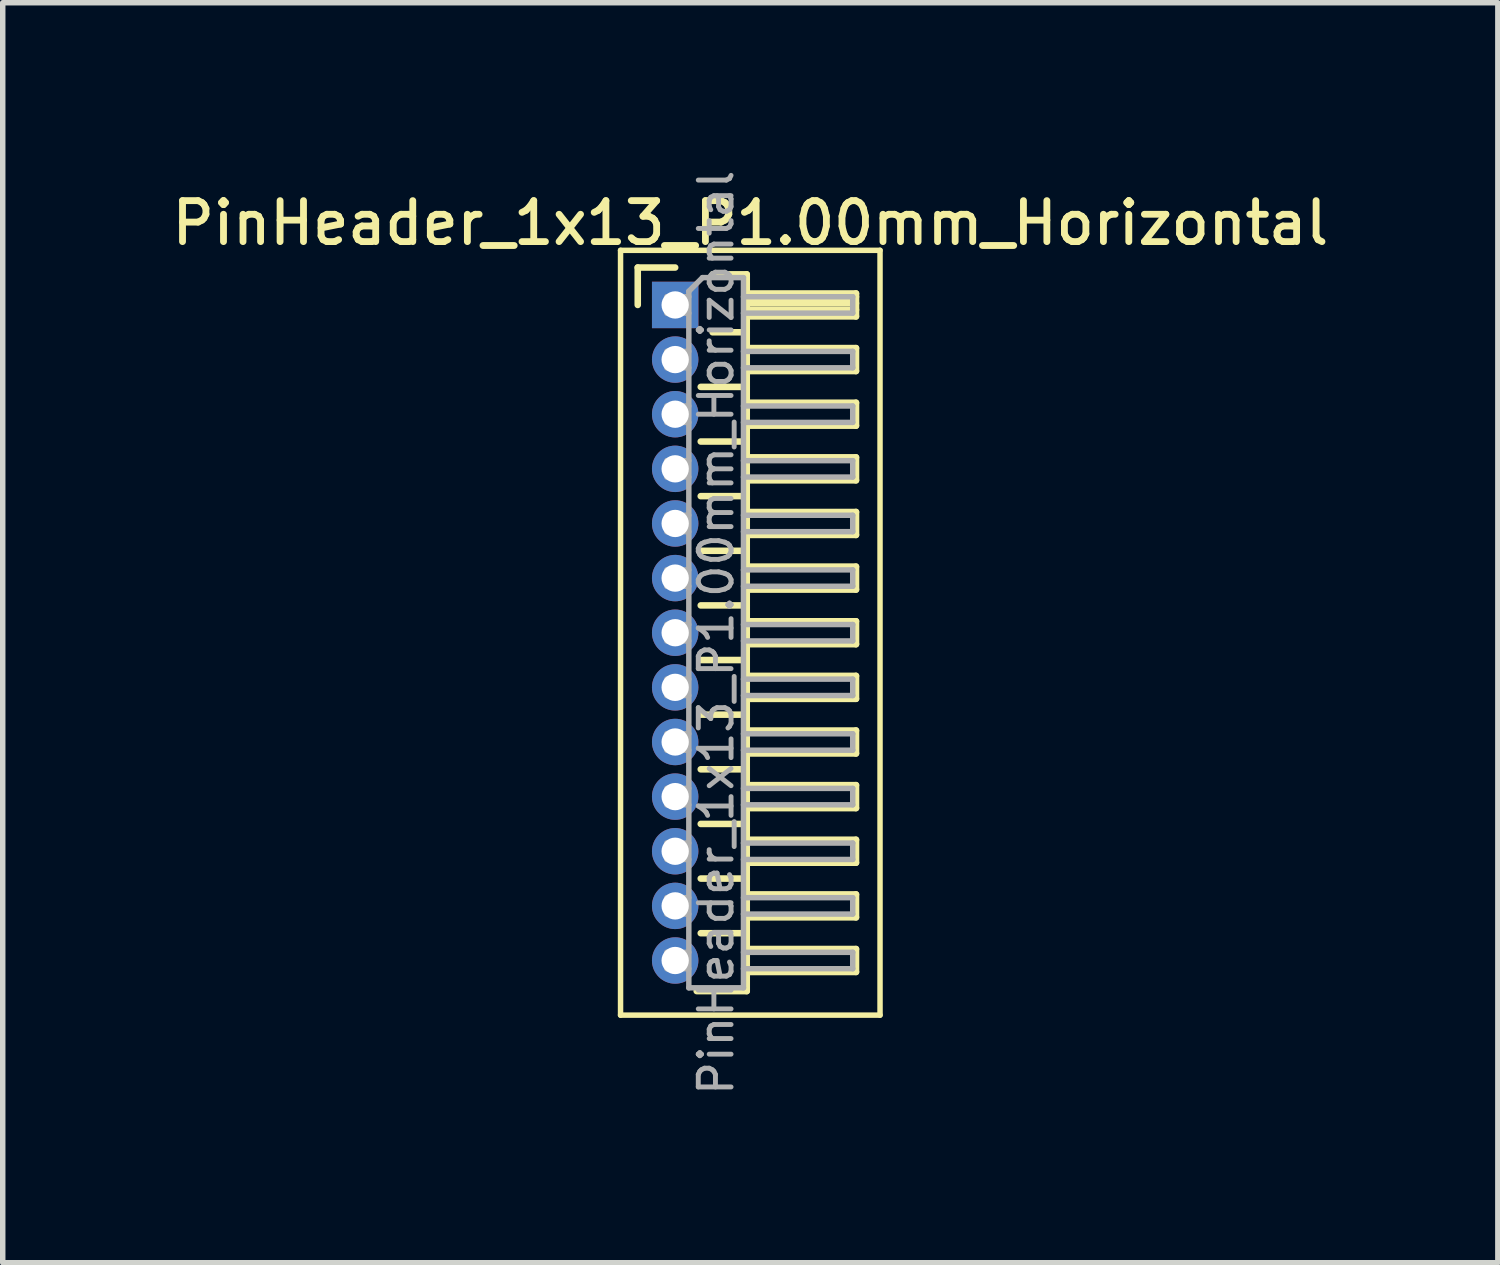
<source format=kicad_pcb>
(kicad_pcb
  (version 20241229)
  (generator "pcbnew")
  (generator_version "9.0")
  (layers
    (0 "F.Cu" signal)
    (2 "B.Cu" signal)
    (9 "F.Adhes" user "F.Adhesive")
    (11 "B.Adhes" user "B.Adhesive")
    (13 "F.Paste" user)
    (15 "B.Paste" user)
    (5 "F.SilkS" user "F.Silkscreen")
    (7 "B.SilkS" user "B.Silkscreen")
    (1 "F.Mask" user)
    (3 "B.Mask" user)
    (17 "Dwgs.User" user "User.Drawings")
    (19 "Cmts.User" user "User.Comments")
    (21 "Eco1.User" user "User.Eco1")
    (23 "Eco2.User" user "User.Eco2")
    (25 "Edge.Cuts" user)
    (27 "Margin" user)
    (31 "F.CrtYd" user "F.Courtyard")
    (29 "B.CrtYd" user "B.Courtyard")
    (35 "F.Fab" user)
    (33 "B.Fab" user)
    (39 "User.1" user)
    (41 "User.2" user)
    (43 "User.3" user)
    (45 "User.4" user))
  (footprint "PinHeader_1x13_P1.00mm_Horizontal"
    (layer "F.Cu")
    (at 9.309 2.532)
    (property "Reference" "PinHeader_1x13_P1.00mm_Horizontal" (at 1.375 -1.5 0) (layer "F.SilkS") (effects (font (size 0.75 0.75) (thickness 0.125))))
    (attr through_hole)
    (fp_line (start -1 -1) (end -1 13) (stroke (width 0.1) (type solid)) (layer "F.SilkS"))
    (fp_line (start -1 13) (end 3.75 13) (stroke (width 0.1) (type solid)) (layer "F.SilkS"))
    (fp_line (start -0.685 -0.685) (end 0 -0.685) (stroke (width 0.12) (type solid)) (layer "F.SilkS"))
    (fp_line (start -0.685 0) (end -0.685 -0.685) (stroke (width 0.12) (type solid)) (layer "F.SilkS"))
    (fp_line (start 0.468 1.5) (end 1.31 1.5) (stroke (width 0.12) (type solid)) (layer "F.SilkS"))
    (fp_line (start 0.468 2.5) (end 1.31 2.5) (stroke (width 0.12) (type solid)) (layer "F.SilkS"))
    (fp_line (start 0.468 3.5) (end 1.31 3.5) (stroke (width 0.12) (type solid)) (layer "F.SilkS"))
    (fp_line (start 0.468 4.5) (end 1.31 4.5) (stroke (width 0.12) (type solid)) (layer "F.SilkS"))
    (fp_line (start 0.468 5.5) (end 1.31 5.5) (stroke (width 0.12) (type solid)) (layer "F.SilkS"))
    (fp_line (start 0.468 6.5) (end 1.31 6.5) (stroke (width 0.12) (type solid)) (layer "F.SilkS"))
    (fp_line (start 0.468 7.5) (end 1.31 7.5) (stroke (width 0.12) (type solid)) (layer "F.SilkS"))
    (fp_line (start 0.468 8.5) (end 1.31 8.5) (stroke (width 0.12) (type solid)) (layer "F.SilkS"))
    (fp_line (start 0.468 9.5) (end 1.31 9.5) (stroke (width 0.12) (type solid)) (layer "F.SilkS"))
    (fp_line (start 0.468 10.5) (end 1.31 10.5) (stroke (width 0.12) (type solid)) (layer "F.SilkS"))
    (fp_line (start 0.468 11.5) (end 1.31 11.5) (stroke (width 0.12) (type solid)) (layer "F.SilkS"))
    (fp_line (start 0.685 -0.56) (end 1.31 -0.56) (stroke (width 0.12) (type solid)) (layer "F.SilkS"))
    (fp_line (start 0.685 0.5) (end 1.31 0.5) (stroke (width 0.12) (type solid)) (layer "F.SilkS"))
    (fp_line (start 1.31 -0.56) (end 1.31 12.56) (stroke (width 0.12) (type solid)) (layer "F.SilkS"))
    (fp_line (start 1.31 -0.21) (end 3.31 -0.21) (stroke (width 0.12) (type solid)) (layer "F.SilkS"))
    (fp_line (start 1.31 -0.15) (end 3.31 -0.15) (stroke (width 0.12) (type solid)) (layer "F.SilkS"))
    (fp_line (start 1.31 -0.03) (end 3.31 -0.03) (stroke (width 0.12) (type solid)) (layer "F.SilkS"))
    (fp_line (start 1.31 0.09) (end 3.31 0.09) (stroke (width 0.12) (type solid)) (layer "F.SilkS"))
    (fp_line (start 1.31 0.79) (end 3.31 0.79) (stroke (width 0.12) (type solid)) (layer "F.SilkS"))
    (fp_line (start 1.31 1.79) (end 3.31 1.79) (stroke (width 0.12) (type solid)) (layer "F.SilkS"))
    (fp_line (start 1.31 2.79) (end 3.31 2.79) (stroke (width 0.12) (type solid)) (layer "F.SilkS"))
    (fp_line (start 1.31 3.79) (end 3.31 3.79) (stroke (width 0.12) (type solid)) (layer "F.SilkS"))
    (fp_line (start 1.31 4.79) (end 3.31 4.79) (stroke (width 0.12) (type solid)) (layer "F.SilkS"))
    (fp_line (start 1.31 5.79) (end 3.31 5.79) (stroke (width 0.12) (type solid)) (layer "F.SilkS"))
    (fp_line (start 1.31 6.79) (end 3.31 6.79) (stroke (width 0.12) (type solid)) (layer "F.SilkS"))
    (fp_line (start 1.31 7.79) (end 3.31 7.79) (stroke (width 0.12) (type solid)) (layer "F.SilkS"))
    (fp_line (start 1.31 8.79) (end 3.31 8.79) (stroke (width 0.12) (type solid)) (layer "F.SilkS"))
    (fp_line (start 1.31 9.79) (end 3.31 9.79) (stroke (width 0.12) (type solid)) (layer "F.SilkS"))
    (fp_line (start 1.31 10.79) (end 3.31 10.79) (stroke (width 0.12) (type solid)) (layer "F.SilkS"))
    (fp_line (start 1.31 11.79) (end 3.31 11.79) (stroke (width 0.12) (type solid)) (layer "F.SilkS"))
    (fp_line (start 1.31 12.56) (end 0.394 12.56) (stroke (width 0.12) (type solid)) (layer "F.SilkS"))
    (fp_line (start 3.31 -0.21) (end 3.31 0.21) (stroke (width 0.12) (type solid)) (layer "F.SilkS"))
    (fp_line (start 3.31 0.21) (end 1.31 0.21) (stroke (width 0.12) (type solid)) (layer "F.SilkS"))
    (fp_line (start 3.31 0.79) (end 3.31 1.21) (stroke (width 0.12) (type solid)) (layer "F.SilkS"))
    (fp_line (start 3.31 1.21) (end 1.31 1.21) (stroke (width 0.12) (type solid)) (layer "F.SilkS"))
    (fp_line (start 3.31 1.79) (end 3.31 2.21) (stroke (width 0.12) (type solid)) (layer "F.SilkS"))
    (fp_line (start 3.31 2.21) (end 1.31 2.21) (stroke (width 0.12) (type solid)) (layer "F.SilkS"))
    (fp_line (start 3.31 2.79) (end 3.31 3.21) (stroke (width 0.12) (type solid)) (layer "F.SilkS"))
    (fp_line (start 3.31 3.21) (end 1.31 3.21) (stroke (width 0.12) (type solid)) (layer "F.SilkS"))
    (fp_line (start 3.31 3.79) (end 3.31 4.21) (stroke (width 0.12) (type solid)) (layer "F.SilkS"))
    (fp_line (start 3.31 4.21) (end 1.31 4.21) (stroke (width 0.12) (type solid)) (layer "F.SilkS"))
    (fp_line (start 3.31 4.79) (end 3.31 5.21) (stroke (width 0.12) (type solid)) (layer "F.SilkS"))
    (fp_line (start 3.31 5.21) (end 1.31 5.21) (stroke (width 0.12) (type solid)) (layer "F.SilkS"))
    (fp_line (start 3.31 5.79) (end 3.31 6.21) (stroke (width 0.12) (type solid)) (layer "F.SilkS"))
    (fp_line (start 3.31 6.21) (end 1.31 6.21) (stroke (width 0.12) (type solid)) (layer "F.SilkS"))
    (fp_line (start 3.31 6.79) (end 3.31 7.21) (stroke (width 0.12) (type solid)) (layer "F.SilkS"))
    (fp_line (start 3.31 7.21) (end 1.31 7.21) (stroke (width 0.12) (type solid)) (layer "F.SilkS"))
    (fp_line (start 3.31 7.79) (end 3.31 8.21) (stroke (width 0.12) (type solid)) (layer "F.SilkS"))
    (fp_line (start 3.31 8.21) (end 1.31 8.21) (stroke (width 0.12) (type solid)) (layer "F.SilkS"))
    (fp_line (start 3.31 8.79) (end 3.31 9.21) (stroke (width 0.12) (type solid)) (layer "F.SilkS"))
    (fp_line (start 3.31 9.21) (end 1.31 9.21) (stroke (width 0.12) (type solid)) (layer "F.SilkS"))
    (fp_line (start 3.31 9.79) (end 3.31 10.21) (stroke (width 0.12) (type solid)) (layer "F.SilkS"))
    (fp_line (start 3.31 10.21) (end 1.31 10.21) (stroke (width 0.12) (type solid)) (layer "F.SilkS"))
    (fp_line (start 3.31 10.79) (end 3.31 11.21) (stroke (width 0.12) (type solid)) (layer "F.SilkS"))
    (fp_line (start 3.31 11.21) (end 1.31 11.21) (stroke (width 0.12) (type solid)) (layer "F.SilkS"))
    (fp_line (start 3.31 11.79) (end 3.31 12.21) (stroke (width 0.12) (type solid)) (layer "F.SilkS"))
    (fp_line (start 3.31 12.21) (end 1.31 12.21) (stroke (width 0.12) (type solid)) (layer "F.SilkS"))
    (fp_line (start 3.75 -1) (end -1 -1) (stroke (width 0.1) (type solid)) (layer "F.SilkS"))
    (fp_line (start 3.75 13) (end 3.75 -1) (stroke (width 0.1) (type solid)) (layer "F.SilkS"))
    (fp_line (start -0.15 -0.15) (end -0.15 0.15) (stroke (width 0.1) (type solid)) (layer "F.Fab"))
    (fp_line (start -0.15 -0.15) (end 0.25 -0.15) (stroke (width 0.1) (type solid)) (layer "F.Fab"))
    (fp_line (start -0.15 0.15) (end 0.25 0.15) (stroke (width 0.1) (type solid)) (layer "F.Fab"))
    (fp_line (start -0.15 0.85) (end -0.15 1.15) (stroke (width 0.1) (type solid)) (layer "F.Fab"))
    (fp_line (start -0.15 0.85) (end 0.25 0.85) (stroke (width 0.1) (type solid)) (layer "F.Fab"))
    (fp_line (start -0.15 1.15) (end 0.25 1.15) (stroke (width 0.1) (type solid)) (layer "F.Fab"))
    (fp_line (start -0.15 1.85) (end -0.15 2.15) (stroke (width 0.1) (type solid)) (layer "F.Fab"))
    (fp_line (start -0.15 1.85) (end 0.25 1.85) (stroke (width 0.1) (type solid)) (layer "F.Fab"))
    (fp_line (start -0.15 2.15) (end 0.25 2.15) (stroke (width 0.1) (type solid)) (layer "F.Fab"))
    (fp_line (start -0.15 2.85) (end -0.15 3.15) (stroke (width 0.1) (type solid)) (layer "F.Fab"))
    (fp_line (start -0.15 2.85) (end 0.25 2.85) (stroke (width 0.1) (type solid)) (layer "F.Fab"))
    (fp_line (start -0.15 3.15) (end 0.25 3.15) (stroke (width 0.1) (type solid)) (layer "F.Fab"))
    (fp_line (start -0.15 3.85) (end -0.15 4.15) (stroke (width 0.1) (type solid)) (layer "F.Fab"))
    (fp_line (start -0.15 3.85) (end 0.25 3.85) (stroke (width 0.1) (type solid)) (layer "F.Fab"))
    (fp_line (start -0.15 4.15) (end 0.25 4.15) (stroke (width 0.1) (type solid)) (layer "F.Fab"))
    (fp_line (start -0.15 4.85) (end -0.15 5.15) (stroke (width 0.1) (type solid)) (layer "F.Fab"))
    (fp_line (start -0.15 4.85) (end 0.25 4.85) (stroke (width 0.1) (type solid)) (layer "F.Fab"))
    (fp_line (start -0.15 5.15) (end 0.25 5.15) (stroke (width 0.1) (type solid)) (layer "F.Fab"))
    (fp_line (start -0.15 5.85) (end -0.15 6.15) (stroke (width 0.1) (type solid)) (layer "F.Fab"))
    (fp_line (start -0.15 5.85) (end 0.25 5.85) (stroke (width 0.1) (type solid)) (layer "F.Fab"))
    (fp_line (start -0.15 6.15) (end 0.25 6.15) (stroke (width 0.1) (type solid)) (layer "F.Fab"))
    (fp_line (start -0.15 6.85) (end -0.15 7.15) (stroke (width 0.1) (type solid)) (layer "F.Fab"))
    (fp_line (start -0.15 6.85) (end 0.25 6.85) (stroke (width 0.1) (type solid)) (layer "F.Fab"))
    (fp_line (start -0.15 7.15) (end 0.25 7.15) (stroke (width 0.1) (type solid)) (layer "F.Fab"))
    (fp_line (start -0.15 7.85) (end -0.15 8.15) (stroke (width 0.1) (type solid)) (layer "F.Fab"))
    (fp_line (start -0.15 7.85) (end 0.25 7.85) (stroke (width 0.1) (type solid)) (layer "F.Fab"))
    (fp_line (start -0.15 8.15) (end 0.25 8.15) (stroke (width 0.1) (type solid)) (layer "F.Fab"))
    (fp_line (start -0.15 8.85) (end -0.15 9.15) (stroke (width 0.1) (type solid)) (layer "F.Fab"))
    (fp_line (start -0.15 8.85) (end 0.25 8.85) (stroke (width 0.1) (type solid)) (layer "F.Fab"))
    (fp_line (start -0.15 9.15) (end 0.25 9.15) (stroke (width 0.1) (type solid)) (layer "F.Fab"))
    (fp_line (start -0.15 9.85) (end -0.15 10.15) (stroke (width 0.1) (type solid)) (layer "F.Fab"))
    (fp_line (start -0.15 9.85) (end 0.25 9.85) (stroke (width 0.1) (type solid)) (layer "F.Fab"))
    (fp_line (start -0.15 10.15) (end 0.25 10.15) (stroke (width 0.1) (type solid)) (layer "F.Fab"))
    (fp_line (start -0.15 10.85) (end -0.15 11.15) (stroke (width 0.1) (type solid)) (layer "F.Fab"))
    (fp_line (start -0.15 10.85) (end 0.25 10.85) (stroke (width 0.1) (type solid)) (layer "F.Fab"))
    (fp_line (start -0.15 11.15) (end 0.25 11.15) (stroke (width 0.1) (type solid)) (layer "F.Fab"))
    (fp_line (start -0.15 11.85) (end -0.15 12.15) (stroke (width 0.1) (type solid)) (layer "F.Fab"))
    (fp_line (start -0.15 11.85) (end 0.25 11.85) (stroke (width 0.1) (type solid)) (layer "F.Fab"))
    (fp_line (start -0.15 12.15) (end 0.25 12.15) (stroke (width 0.1) (type solid)) (layer "F.Fab"))
    (fp_line (start 0.25 -0.25) (end 0.5 -0.5) (stroke (width 0.1) (type solid)) (layer "F.Fab"))
    (fp_line (start 0.25 12.5) (end 0.25 -0.25) (stroke (width 0.1) (type solid)) (layer "F.Fab"))
    (fp_line (start 0.5 -0.5) (end 1.25 -0.5) (stroke (width 0.1) (type solid)) (layer "F.Fab"))
    (fp_line (start 1.25 -0.5) (end 1.25 12.5) (stroke (width 0.1) (type solid)) (layer "F.Fab"))
    (fp_line (start 1.25 -0.15) (end 3.25 -0.15) (stroke (width 0.1) (type solid)) (layer "F.Fab"))
    (fp_line (start 1.25 0.15) (end 3.25 0.15) (stroke (width 0.1) (type solid)) (layer "F.Fab"))
    (fp_line (start 1.25 0.85) (end 3.25 0.85) (stroke (width 0.1) (type solid)) (layer "F.Fab"))
    (fp_line (start 1.25 1.15) (end 3.25 1.15) (stroke (width 0.1) (type solid)) (layer "F.Fab"))
    (fp_line (start 1.25 1.85) (end 3.25 1.85) (stroke (width 0.1) (type solid)) (layer "F.Fab"))
    (fp_line (start 1.25 2.15) (end 3.25 2.15) (stroke (width 0.1) (type solid)) (layer "F.Fab"))
    (fp_line (start 1.25 2.85) (end 3.25 2.85) (stroke (width 0.1) (type solid)) (layer "F.Fab"))
    (fp_line (start 1.25 3.15) (end 3.25 3.15) (stroke (width 0.1) (type solid)) (layer "F.Fab"))
    (fp_line (start 1.25 3.85) (end 3.25 3.85) (stroke (width 0.1) (type solid)) (layer "F.Fab"))
    (fp_line (start 1.25 4.15) (end 3.25 4.15) (stroke (width 0.1) (type solid)) (layer "F.Fab"))
    (fp_line (start 1.25 4.85) (end 3.25 4.85) (stroke (width 0.1) (type solid)) (layer "F.Fab"))
    (fp_line (start 1.25 5.15) (end 3.25 5.15) (stroke (width 0.1) (type solid)) (layer "F.Fab"))
    (fp_line (start 1.25 5.85) (end 3.25 5.85) (stroke (width 0.1) (type solid)) (layer "F.Fab"))
    (fp_line (start 1.25 6.15) (end 3.25 6.15) (stroke (width 0.1) (type solid)) (layer "F.Fab"))
    (fp_line (start 1.25 6.85) (end 3.25 6.85) (stroke (width 0.1) (type solid)) (layer "F.Fab"))
    (fp_line (start 1.25 7.15) (end 3.25 7.15) (stroke (width 0.1) (type solid)) (layer "F.Fab"))
    (fp_line (start 1.25 7.85) (end 3.25 7.85) (stroke (width 0.1) (type solid)) (layer "F.Fab"))
    (fp_line (start 1.25 8.15) (end 3.25 8.15) (stroke (width 0.1) (type solid)) (layer "F.Fab"))
    (fp_line (start 1.25 8.85) (end 3.25 8.85) (stroke (width 0.1) (type solid)) (layer "F.Fab"))
    (fp_line (start 1.25 9.15) (end 3.25 9.15) (stroke (width 0.1) (type solid)) (layer "F.Fab"))
    (fp_line (start 1.25 9.85) (end 3.25 9.85) (stroke (width 0.1) (type solid)) (layer "F.Fab"))
    (fp_line (start 1.25 10.15) (end 3.25 10.15) (stroke (width 0.1) (type solid)) (layer "F.Fab"))
    (fp_line (start 1.25 10.85) (end 3.25 10.85) (stroke (width 0.1) (type solid)) (layer "F.Fab"))
    (fp_line (start 1.25 11.15) (end 3.25 11.15) (stroke (width 0.1) (type solid)) (layer "F.Fab"))
    (fp_line (start 1.25 11.85) (end 3.25 11.85) (stroke (width 0.1) (type solid)) (layer "F.Fab"))
    (fp_line (start 1.25 12.15) (end 3.25 12.15) (stroke (width 0.1) (type solid)) (layer "F.Fab"))
    (fp_line (start 1.25 12.5) (end 0.25 12.5) (stroke (width 0.1) (type solid)) (layer "F.Fab"))
    (fp_line (start 3.25 -0.15) (end 3.25 0.15) (stroke (width 0.1) (type solid)) (layer "F.Fab"))
    (fp_line (start 3.25 0.85) (end 3.25 1.15) (stroke (width 0.1) (type solid)) (layer "F.Fab"))
    (fp_line (start 3.25 1.85) (end 3.25 2.15) (stroke (width 0.1) (type solid)) (layer "F.Fab"))
    (fp_line (start 3.25 2.85) (end 3.25 3.15) (stroke (width 0.1) (type solid)) (layer "F.Fab"))
    (fp_line (start 3.25 3.85) (end 3.25 4.15) (stroke (width 0.1) (type solid)) (layer "F.Fab"))
    (fp_line (start 3.25 4.85) (end 3.25 5.15) (stroke (width 0.1) (type solid)) (layer "F.Fab"))
    (fp_line (start 3.25 5.85) (end 3.25 6.15) (stroke (width 0.1) (type solid)) (layer "F.Fab"))
    (fp_line (start 3.25 6.85) (end 3.25 7.15) (stroke (width 0.1) (type solid)) (layer "F.Fab"))
    (fp_line (start 3.25 7.85) (end 3.25 8.15) (stroke (width 0.1) (type solid)) (layer "F.Fab"))
    (fp_line (start 3.25 8.85) (end 3.25 9.15) (stroke (width 0.1) (type solid)) (layer "F.Fab"))
    (fp_line (start 3.25 9.85) (end 3.25 10.15) (stroke (width 0.1) (type solid)) (layer "F.Fab"))
    (fp_line (start 3.25 10.85) (end 3.25 11.15) (stroke (width 0.1) (type solid)) (layer "F.Fab"))
    (fp_line (start 3.25 11.85) (end 3.25 12.15) (stroke (width 0.1) (type solid)) (layer "F.Fab"))
    (fp_text user "${REFERENCE}" (at 0.75 6 90) (layer "F.Fab") (effects (font (size 0.6 0.6) (thickness 0.09))))
    (pad "1" thru_hole rect (at 0 0) (size 0.85 0.85) (drill 0.5) (layers "*.Cu" "*.Mask"))
    (pad "2" thru_hole oval (at 0 1) (size 0.85 0.85) (drill 0.5) (layers "*.Cu" "*.Mask"))
    (pad "3" thru_hole oval (at 0 2) (size 0.85 0.85) (drill 0.5) (layers "*.Cu" "*.Mask"))
    (pad "4" thru_hole oval (at 0 3) (size 0.85 0.85) (drill 0.5) (layers "*.Cu" "*.Mask"))
    (pad "5" thru_hole oval (at 0 4) (size 0.85 0.85) (drill 0.5) (layers "*.Cu" "*.Mask"))
    (pad "6" thru_hole oval (at 0 5) (size 0.85 0.85) (drill 0.5) (layers "*.Cu" "*.Mask"))
    (pad "7" thru_hole oval (at 0 6) (size 0.85 0.85) (drill 0.5) (layers "*.Cu" "*.Mask"))
    (pad "8" thru_hole oval (at 0 7) (size 0.85 0.85) (drill 0.5) (layers "*.Cu" "*.Mask"))
    (pad "9" thru_hole oval (at 0 8) (size 0.85 0.85) (drill 0.5) (layers "*.Cu" "*.Mask"))
    (pad "10" thru_hole oval (at 0 9) (size 0.85 0.85) (drill 0.5) (layers "*.Cu" "*.Mask"))
    (pad "11" thru_hole oval (at 0 10) (size 0.85 0.85) (drill 0.5) (layers "*.Cu" "*.Mask"))
    (pad "12" thru_hole oval (at 0 11) (size 0.85 0.85) (drill 0.5) (layers "*.Cu" "*.Mask"))
    (pad "13" thru_hole oval (at 0 12) (size 0.85 0.85) (drill 0.5) (layers "*.Cu" "*.Mask")))
  (gr_rect
    (start -3 -3)
    (end 24.368 20.064)
    (stroke (width 0.1) (type default))
    (fill no)
    (layer "Edge.Cuts")))
</source>
